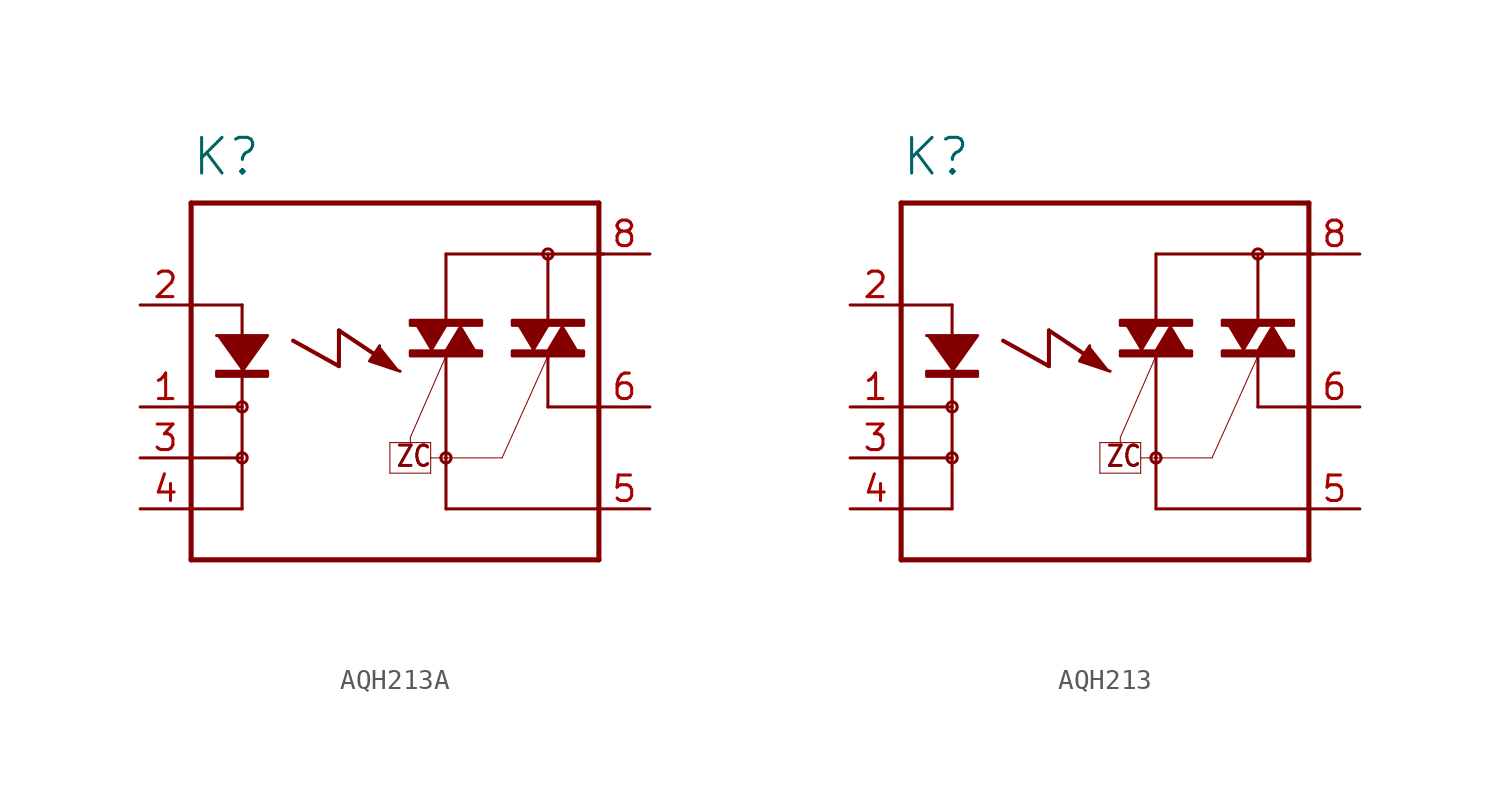
<source format=kicad_sym>
(kicad_symbol_lib
  (version 20220914)
  (generator kicad_symbol_editor)
  (symbol "AQH213A"
    (property "Reference" "K"
      (at -10.16 11.43 0)
      (effects (font (size 1.778 1.778)) (justify left bottom)))
    (property "Value" ""
      (at -10.16 -10.16 0)
      (effects (font (size 1.778 1.778)) (justify left bottom)))
    (property "ki_locked" ""
      (at 0 0 0)
      (effects (font (size 1.27 1.27))))
    (symbol "AQH213A_1_0"
      (rectangle (start -8.89 1.524) (end -6.35 1.778) (stroke (width 0) (type default)) (fill (type outline)))
      (circle (center -7.62 -2.54) (radius 0.254) (stroke (width 0) (type solid)) (fill (type none)))
      (circle (center -7.62 0) (radius 0.254) (stroke (width 0) (type solid)) (fill (type none)))
      (polyline (pts (xy -10.16 -7.62) (xy 10.16 -7.62)) (stroke (width 0.254) (type solid)) (fill (type none)))
      (polyline (pts (xy -10.16 -5.08) (xy -10.16 -7.62)) (stroke (width 0.254) (type solid)) (fill (type none)))
      (polyline (pts (xy -10.16 -2.54) (xy -10.16 -5.08)) (stroke (width 0.254) (type solid)) (fill (type none)))
      (polyline (pts (xy -10.16 0) (xy -10.16 -2.54)) (stroke (width 0.254) (type solid)) (fill (type none)))
      (polyline (pts (xy -10.16 5.08) (xy -10.16 0)) (stroke (width 0.254) (type solid)) (fill (type none)))
      (polyline (pts (xy -10.16 10.16) (xy -10.16 5.08)) (stroke (width 0.254) (type solid)) (fill (type none)))
      (polyline (pts (xy -7.62 -5.08) (xy -10.16 -5.08)) (stroke (width 0.152) (type solid)) (fill (type none)))
      (polyline (pts (xy -7.62 -2.54) (xy -10.16 -2.54)) (stroke (width 0.152) (type solid)) (fill (type none)))
      (polyline (pts (xy -7.62 -2.54) (xy -7.62 -5.08)) (stroke (width 0.152) (type solid)) (fill (type none)))
      (polyline (pts (xy -7.62 0) (xy -10.16 0)) (stroke (width 0.152) (type solid)) (fill (type none)))
      (polyline (pts (xy -7.62 0) (xy -7.62 -2.54)) (stroke (width 0.152) (type solid)) (fill (type none)))
      (polyline (pts (xy -7.62 5.08) (xy -10.16 5.08)) (stroke (width 0.152) (type solid)) (fill (type none)))
      (polyline (pts (xy -7.62 5.08) (xy -7.62 0)) (stroke (width 0.152) (type solid)) (fill (type none)))
      (polyline (pts (xy -5.08 3.302) (xy -2.794 2.032)) (stroke (width 0.203) (type solid)) (fill (type none)))
      (polyline (pts (xy -2.794 2.032) (xy -2.794 3.81)) (stroke (width 0.203) (type solid)) (fill (type none)))
      (polyline (pts (xy -2.794 3.81) (xy -0.889 2.54)) (stroke (width 0.203) (type solid)) (fill (type none)))
      (polyline (pts (xy -0.254 -3.302) (xy 1.778 -3.302)) (stroke (width 0.051) (type solid)) (fill (type none)))
      (polyline (pts (xy -0.254 -1.778) (xy -0.254 -3.302)) (stroke (width 0.051) (type solid)) (fill (type none)))
      (polyline (pts (xy 0.762 -1.778) (xy -0.254 -1.778)) (stroke (width 0.051) (type solid)) (fill (type none)))
      (polyline (pts (xy 0.762 -1.524) (xy 0.762 -1.778)) (stroke (width 0.051) (type solid)) (fill (type none)))
      (polyline (pts (xy 1.778 -3.302) (xy 1.778 -2.54)) (stroke (width 0.051) (type solid)) (fill (type none)))
      (polyline (pts (xy 1.778 -2.54) (xy 1.778 -1.778)) (stroke (width 0.051) (type solid)) (fill (type none)))
      (polyline (pts (xy 1.778 -2.54) (xy 2.54 -2.54)) (stroke (width 0.051) (type solid)) (fill (type none)))
      (polyline (pts (xy 1.778 -1.778) (xy 0.762 -1.778)) (stroke (width 0.051) (type solid)) (fill (type none)))
      (polyline (pts (xy 2.54 -5.08) (xy 10.16 -5.08)) (stroke (width 0.152) (type solid)) (fill (type none)))
      (polyline (pts (xy 2.54 -2.54) (xy 2.54 -5.08)) (stroke (width 0.152) (type solid)) (fill (type none)))
      (polyline (pts (xy 2.54 -2.54) (xy 5.334 -2.54)) (stroke (width 0.051) (type solid)) (fill (type none)))
      (polyline (pts (xy 2.54 2.54) (xy 0.762 -1.524)) (stroke (width 0.051) (type solid)) (fill (type none)))
      (polyline (pts (xy 2.54 2.54) (xy 2.54 -2.54)) (stroke (width 0.152) (type solid)) (fill (type none)))
      (polyline (pts (xy 2.54 7.62) (xy 2.54 4.318)) (stroke (width 0.152) (type solid)) (fill (type none)))
      (polyline (pts (xy 2.54 7.62) (xy 10.414 7.62)) (stroke (width 0.152) (type solid)) (fill (type none)))
      (polyline (pts (xy 7.62 0) (xy 10.16 0)) (stroke (width 0.152) (type solid)) (fill (type none)))
      (polyline (pts (xy 7.62 2.54) (xy 5.334 -2.54)) (stroke (width 0.051) (type solid)) (fill (type none)))
      (polyline (pts (xy 7.62 2.54) (xy 7.62 0)) (stroke (width 0.152) (type solid)) (fill (type none)))
      (polyline (pts (xy 7.62 7.62) (xy 7.62 4.318)) (stroke (width 0.152) (type solid)) (fill (type none)))
      (polyline (pts (xy 10.16 -7.62) (xy 10.16 -5.08)) (stroke (width 0.254) (type solid)) (fill (type none)))
      (polyline (pts (xy 10.16 -5.08) (xy 10.16 0)) (stroke (width 0.254) (type solid)) (fill (type none)))
      (polyline (pts (xy 10.16 0) (xy 10.16 10.16)) (stroke (width 0.254) (type solid)) (fill (type none)))
      (polyline (pts (xy 10.16 10.16) (xy -10.16 10.16)) (stroke (width 0.254) (type solid)) (fill (type none)))
      (polyline (pts (xy -8.89 3.556) (xy -6.35 3.556) (xy -7.62 1.778)) (stroke (width 0.152) (type solid)) (fill (type outline)))
      (polyline (pts (xy -0.762 3.048) (xy -1.27 2.286) (xy 0.254 1.778)) (stroke (width 0.152) (type solid)) (fill (type outline)))
      (polyline (pts (xy 1.778 2.794) (xy 2.54 4.064) (xy 1.016 4.064)) (stroke (width 0.152) (type solid)) (fill (type outline)))
      (polyline (pts (xy 3.302 4.064) (xy 2.54 2.794) (xy 4.064 2.794)) (stroke (width 0.152) (type solid)) (fill (type outline)))
      (polyline (pts (xy 6.858 2.794) (xy 7.62 4.064) (xy 6.096 4.064)) (stroke (width 0.152) (type solid)) (fill (type outline)))
      (polyline (pts (xy 8.382 4.064) (xy 7.62 2.794) (xy 9.144 2.794)) (stroke (width 0.152) (type solid)) (fill (type outline)))
      (rectangle (start 0.762 2.54) (end 4.318 2.794) (stroke (width 0) (type default)) (fill (type outline)))
      (rectangle (start 0.762 4.064) (end 4.318 4.318) (stroke (width 0) (type default)) (fill (type outline)))
      (circle (center 2.54 -2.54) (radius 0.254) (stroke (width 0) (type solid)) (fill (type none)))
      (rectangle (start 5.842 2.54) (end 9.398 2.794) (stroke (width 0) (type default)) (fill (type outline)))
      (rectangle (start 5.842 4.064) (end 9.398 4.318) (stroke (width 0) (type default)) (fill (type outline)))
      (circle (center 7.62 7.62) (radius 0.254) (stroke (width 0) (type solid)) (fill (type none)))
      (text "ZC" (at 0 -3.048 0) (effects (font (size 1.016 0.864)) (justify left bottom)))
      (pin passive line (at -12.7 0 0) (length 2.54) (name "K" (effects (font (size 0 0)))) (number "1" (effects (font (size 1.27 1.27)))))
      (pin passive line (at -12.7 5.08 0) (length 2.54) (name "A" (effects (font (size 0 0)))) (number "2" (effects (font (size 1.27 1.27)))))
      (pin passive line (at -12.7 -2.54 0) (length 2.54) (name "K1" (effects (font (size 0 0)))) (number "3" (effects (font (size 1.27 1.27)))))
      (pin passive line (at -12.7 -5.08 0) (length 2.54) (name "K2" (effects (font (size 0 0)))) (number "4" (effects (font (size 1.27 1.27)))))
      (pin passive line (at 12.7 -5.08 180) (length 2.54) (name "DS2" (effects (font (size 0 0)))) (number "5" (effects (font (size 1.27 1.27)))))
      (pin passive line (at 12.7 0 180) (length 2.54) (name "DS3" (effects (font (size 0 0)))) (number "6" (effects (font (size 1.27 1.27)))))
      (pin passive line (at 12.7 7.62 180) (length 2.54) (name "DS1" (effects (font (size 0 0)))) (number "8" (effects (font (size 1.27 1.27)))))))
  (symbol "AQH213"
    (property "Reference" "K"
      (at -10.16 11.43 0)
      (effects (font (size 1.778 1.778)) (justify left bottom)))
    (property "Value" ""
      (at -10.16 -10.16 0)
      (effects (font (size 1.778 1.778)) (justify left bottom)))
    (property "ki_locked" ""
      (at 0 0 0)
      (effects (font (size 1.27 1.27))))
    (symbol "AQH213_1_0"
      (rectangle (start -8.89 1.524) (end -6.35 1.778) (stroke (width 0) (type default)) (fill (type outline)))
      (circle (center -7.62 -2.54) (radius 0.254) (stroke (width 0) (type solid)) (fill (type none)))
      (circle (center -7.62 0) (radius 0.254) (stroke (width 0) (type solid)) (fill (type none)))
      (polyline (pts (xy -10.16 -7.62) (xy 10.16 -7.62)) (stroke (width 0.254) (type solid)) (fill (type none)))
      (polyline (pts (xy -10.16 -5.08) (xy -10.16 -7.62)) (stroke (width 0.254) (type solid)) (fill (type none)))
      (polyline (pts (xy -10.16 -2.54) (xy -10.16 -5.08)) (stroke (width 0.254) (type solid)) (fill (type none)))
      (polyline (pts (xy -10.16 0) (xy -10.16 -2.54)) (stroke (width 0.254) (type solid)) (fill (type none)))
      (polyline (pts (xy -10.16 5.08) (xy -10.16 0)) (stroke (width 0.254) (type solid)) (fill (type none)))
      (polyline (pts (xy -10.16 10.16) (xy -10.16 5.08)) (stroke (width 0.254) (type solid)) (fill (type none)))
      (polyline (pts (xy -7.62 -5.08) (xy -10.16 -5.08)) (stroke (width 0.152) (type solid)) (fill (type none)))
      (polyline (pts (xy -7.62 -2.54) (xy -10.16 -2.54)) (stroke (width 0.152) (type solid)) (fill (type none)))
      (polyline (pts (xy -7.62 -2.54) (xy -7.62 -5.08)) (stroke (width 0.152) (type solid)) (fill (type none)))
      (polyline (pts (xy -7.62 0) (xy -10.16 0)) (stroke (width 0.152) (type solid)) (fill (type none)))
      (polyline (pts (xy -7.62 0) (xy -7.62 -2.54)) (stroke (width 0.152) (type solid)) (fill (type none)))
      (polyline (pts (xy -7.62 5.08) (xy -10.16 5.08)) (stroke (width 0.152) (type solid)) (fill (type none)))
      (polyline (pts (xy -7.62 5.08) (xy -7.62 0)) (stroke (width 0.152) (type solid)) (fill (type none)))
      (polyline (pts (xy -5.08 3.302) (xy -2.794 2.032)) (stroke (width 0.203) (type solid)) (fill (type none)))
      (polyline (pts (xy -2.794 2.032) (xy -2.794 3.81)) (stroke (width 0.203) (type solid)) (fill (type none)))
      (polyline (pts (xy -2.794 3.81) (xy -0.889 2.54)) (stroke (width 0.203) (type solid)) (fill (type none)))
      (polyline (pts (xy -0.254 -3.302) (xy 1.778 -3.302)) (stroke (width 0.051) (type solid)) (fill (type none)))
      (polyline (pts (xy -0.254 -1.778) (xy -0.254 -3.302)) (stroke (width 0.051) (type solid)) (fill (type none)))
      (polyline (pts (xy 0.762 -1.778) (xy -0.254 -1.778)) (stroke (width 0.051) (type solid)) (fill (type none)))
      (polyline (pts (xy 0.762 -1.524) (xy 0.762 -1.778)) (stroke (width 0.051) (type solid)) (fill (type none)))
      (polyline (pts (xy 1.778 -3.302) (xy 1.778 -2.54)) (stroke (width 0.051) (type solid)) (fill (type none)))
      (polyline (pts (xy 1.778 -2.54) (xy 1.778 -1.778)) (stroke (width 0.051) (type solid)) (fill (type none)))
      (polyline (pts (xy 1.778 -2.54) (xy 2.54 -2.54)) (stroke (width 0.051) (type solid)) (fill (type none)))
      (polyline (pts (xy 1.778 -1.778) (xy 0.762 -1.778)) (stroke (width 0.051) (type solid)) (fill (type none)))
      (polyline (pts (xy 2.54 -5.08) (xy 10.16 -5.08)) (stroke (width 0.152) (type solid)) (fill (type none)))
      (polyline (pts (xy 2.54 -2.54) (xy 2.54 -5.08)) (stroke (width 0.152) (type solid)) (fill (type none)))
      (polyline (pts (xy 2.54 -2.54) (xy 5.334 -2.54)) (stroke (width 0.051) (type solid)) (fill (type none)))
      (polyline (pts (xy 2.54 2.54) (xy 0.762 -1.524)) (stroke (width 0.051) (type solid)) (fill (type none)))
      (polyline (pts (xy 2.54 2.54) (xy 2.54 -2.54)) (stroke (width 0.152) (type solid)) (fill (type none)))
      (polyline (pts (xy 2.54 7.62) (xy 2.54 4.318)) (stroke (width 0.152) (type solid)) (fill (type none)))
      (polyline (pts (xy 2.54 7.62) (xy 10.414 7.62)) (stroke (width 0.152) (type solid)) (fill (type none)))
      (polyline (pts (xy 7.62 0) (xy 10.16 0)) (stroke (width 0.152) (type solid)) (fill (type none)))
      (polyline (pts (xy 7.62 2.54) (xy 5.334 -2.54)) (stroke (width 0.051) (type solid)) (fill (type none)))
      (polyline (pts (xy 7.62 2.54) (xy 7.62 0)) (stroke (width 0.152) (type solid)) (fill (type none)))
      (polyline (pts (xy 7.62 7.62) (xy 7.62 4.318)) (stroke (width 0.152) (type solid)) (fill (type none)))
      (polyline (pts (xy 10.16 -7.62) (xy 10.16 -5.08)) (stroke (width 0.254) (type solid)) (fill (type none)))
      (polyline (pts (xy 10.16 -5.08) (xy 10.16 0)) (stroke (width 0.254) (type solid)) (fill (type none)))
      (polyline (pts (xy 10.16 0) (xy 10.16 10.16)) (stroke (width 0.254) (type solid)) (fill (type none)))
      (polyline (pts (xy 10.16 10.16) (xy -10.16 10.16)) (stroke (width 0.254) (type solid)) (fill (type none)))
      (polyline (pts (xy -8.89 3.556) (xy -6.35 3.556) (xy -7.62 1.778)) (stroke (width 0.152) (type solid)) (fill (type outline)))
      (polyline (pts (xy -0.762 3.048) (xy -1.27 2.286) (xy 0.254 1.778)) (stroke (width 0.152) (type solid)) (fill (type outline)))
      (polyline (pts (xy 1.778 2.794) (xy 2.54 4.064) (xy 1.016 4.064)) (stroke (width 0.152) (type solid)) (fill (type outline)))
      (polyline (pts (xy 3.302 4.064) (xy 2.54 2.794) (xy 4.064 2.794)) (stroke (width 0.152) (type solid)) (fill (type outline)))
      (polyline (pts (xy 6.858 2.794) (xy 7.62 4.064) (xy 6.096 4.064)) (stroke (width 0.152) (type solid)) (fill (type outline)))
      (polyline (pts (xy 8.382 4.064) (xy 7.62 2.794) (xy 9.144 2.794)) (stroke (width 0.152) (type solid)) (fill (type outline)))
      (rectangle (start 0.762 2.54) (end 4.318 2.794) (stroke (width 0) (type default)) (fill (type outline)))
      (rectangle (start 0.762 4.064) (end 4.318 4.318) (stroke (width 0) (type default)) (fill (type outline)))
      (circle (center 2.54 -2.54) (radius 0.254) (stroke (width 0) (type solid)) (fill (type none)))
      (rectangle (start 5.842 2.54) (end 9.398 2.794) (stroke (width 0) (type default)) (fill (type outline)))
      (rectangle (start 5.842 4.064) (end 9.398 4.318) (stroke (width 0) (type default)) (fill (type outline)))
      (circle (center 7.62 7.62) (radius 0.254) (stroke (width 0) (type solid)) (fill (type none)))
      (text "ZC" (at 0 -3.048 0) (effects (font (size 1.016 0.864)) (justify left bottom)))
      (pin passive line (at -12.7 0 0) (length 2.54) (name "K" (effects (font (size 0 0)))) (number "1" (effects (font (size 1.27 1.27)))))
      (pin passive line (at -12.7 5.08 0) (length 2.54) (name "A" (effects (font (size 0 0)))) (number "2" (effects (font (size 1.27 1.27)))))
      (pin passive line (at -12.7 -2.54 0) (length 2.54) (name "K1" (effects (font (size 0 0)))) (number "3" (effects (font (size 1.27 1.27)))))
      (pin passive line (at -12.7 -5.08 0) (length 2.54) (name "K2" (effects (font (size 0 0)))) (number "4" (effects (font (size 1.27 1.27)))))
      (pin passive line (at 12.7 -5.08 180) (length 2.54) (name "DS2" (effects (font (size 0 0)))) (number "5" (effects (font (size 1.27 1.27)))))
      (pin passive line (at 12.7 0 180) (length 2.54) (name "DS3" (effects (font (size 0 0)))) (number "6" (effects (font (size 1.27 1.27)))))
      (pin passive line (at 12.7 7.62 180) (length 2.54) (name "DS1" (effects (font (size 0 0)))) (number "8" (effects (font (size 1.27 1.27))))))))
</source>
